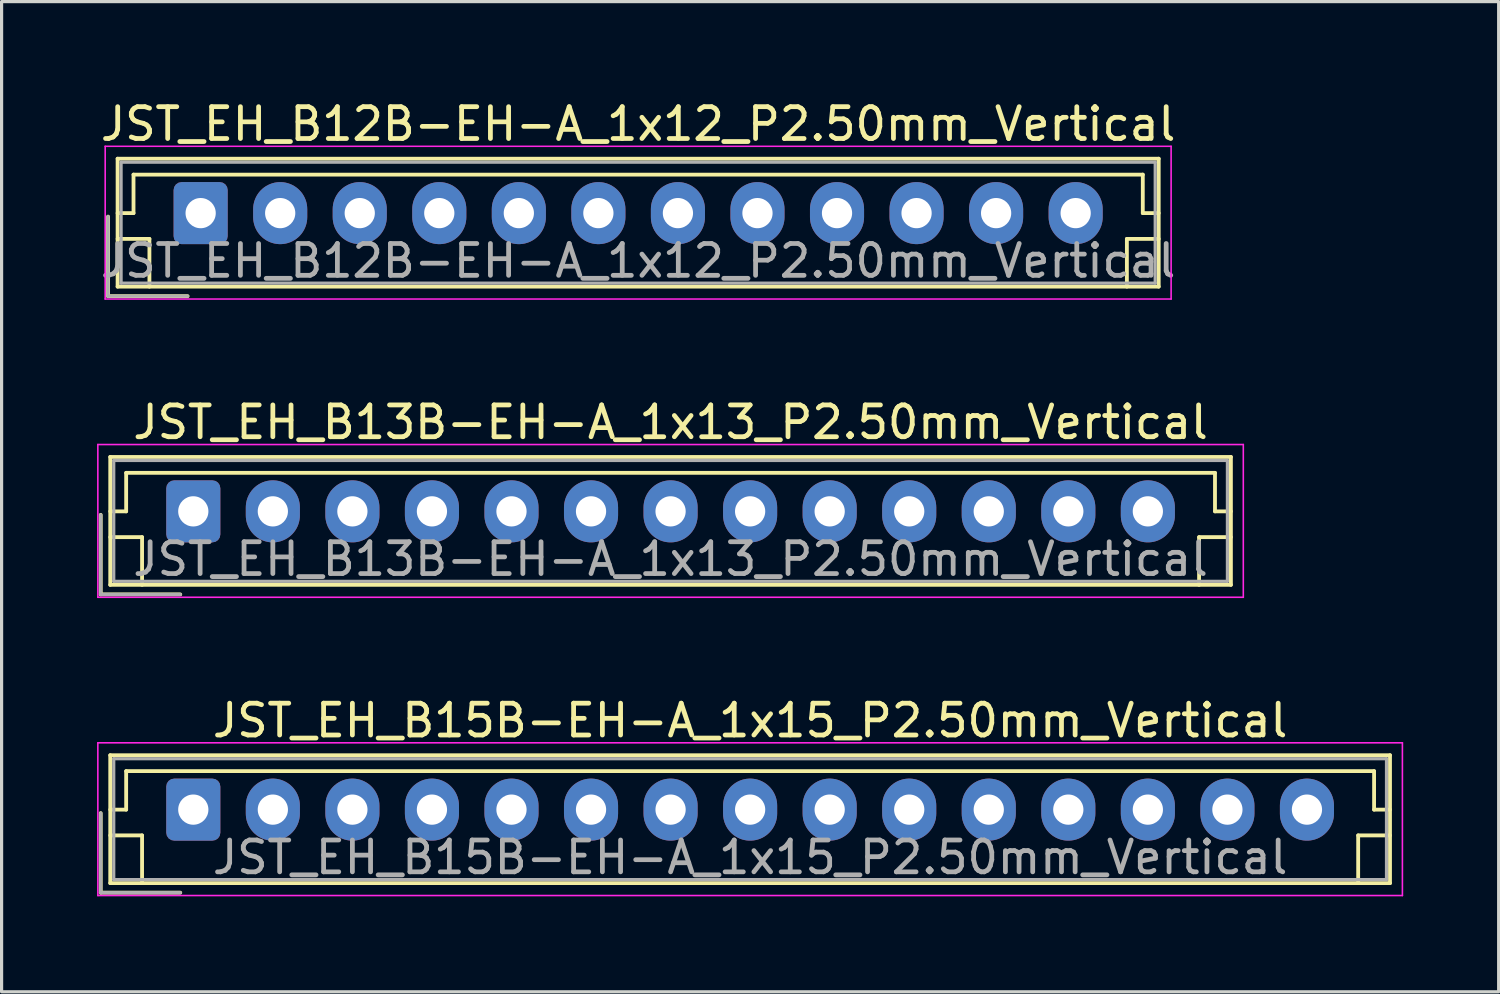
<source format=kicad_pcb>
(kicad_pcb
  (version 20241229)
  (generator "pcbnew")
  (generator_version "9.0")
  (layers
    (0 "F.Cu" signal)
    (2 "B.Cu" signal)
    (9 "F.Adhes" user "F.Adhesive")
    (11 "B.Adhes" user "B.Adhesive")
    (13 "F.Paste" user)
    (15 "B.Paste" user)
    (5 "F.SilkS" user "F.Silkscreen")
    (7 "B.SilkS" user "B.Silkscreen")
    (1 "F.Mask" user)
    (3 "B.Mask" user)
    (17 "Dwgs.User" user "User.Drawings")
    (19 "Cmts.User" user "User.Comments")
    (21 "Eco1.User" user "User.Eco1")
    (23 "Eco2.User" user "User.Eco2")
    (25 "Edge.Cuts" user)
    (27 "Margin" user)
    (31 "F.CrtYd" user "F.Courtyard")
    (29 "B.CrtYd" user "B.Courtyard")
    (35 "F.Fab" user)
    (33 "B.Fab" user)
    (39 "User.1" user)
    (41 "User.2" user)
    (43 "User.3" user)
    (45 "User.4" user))
  (footprint "JST_EH_B15B-EH-A_1x15_P2.50mm_Vertical"
    (layer "F.Cu")
    (at 3.025 22.395)
    (property "Reference" "JST_EH_B15B-EH-A_1x15_P2.50mm_Vertical" (at 17.5 -2.8 0) (layer "F.SilkS") (effects (font (size 1 1) (thickness 0.15))))
    (attr through_hole)
    (fp_line (start -2.91 0.11) (end -2.91 2.61) (stroke (width 0.12) (type solid)) (layer "F.SilkS"))
    (fp_line (start -2.91 2.61) (end -0.41 2.61) (stroke (width 0.12) (type solid)) (layer "F.SilkS"))
    (fp_line (start -2.61 -1.71) (end -2.61 2.31) (stroke (width 0.12) (type solid)) (layer "F.SilkS"))
    (fp_line (start -2.61 0) (end -2.11 0) (stroke (width 0.12) (type solid)) (layer "F.SilkS"))
    (fp_line (start -2.61 0.81) (end -1.61 0.81) (stroke (width 0.12) (type solid)) (layer "F.SilkS"))
    (fp_line (start -2.61 2.31) (end 37.61 2.31) (stroke (width 0.12) (type solid)) (layer "F.SilkS"))
    (fp_line (start -2.11 -1.21) (end 37.11 -1.21) (stroke (width 0.12) (type solid)) (layer "F.SilkS"))
    (fp_line (start -2.11 0) (end -2.11 -1.21) (stroke (width 0.12) (type solid)) (layer "F.SilkS"))
    (fp_line (start -1.61 0.81) (end -1.61 2.31) (stroke (width 0.12) (type solid)) (layer "F.SilkS"))
    (fp_line (start 36.61 0.81) (end 36.61 2.31) (stroke (width 0.12) (type solid)) (layer "F.SilkS"))
    (fp_line (start 37.11 -1.21) (end 37.11 0) (stroke (width 0.12) (type solid)) (layer "F.SilkS"))
    (fp_line (start 37.11 0) (end 37.61 0) (stroke (width 0.12) (type solid)) (layer "F.SilkS"))
    (fp_line (start 37.61 -1.71) (end -2.61 -1.71) (stroke (width 0.12) (type solid)) (layer "F.SilkS"))
    (fp_line (start 37.61 0.81) (end 36.61 0.81) (stroke (width 0.12) (type solid)) (layer "F.SilkS"))
    (fp_line (start 37.61 2.31) (end 37.61 -1.71) (stroke (width 0.12) (type solid)) (layer "F.SilkS"))
    (fp_line (start -3 -2.1) (end -3 2.7) (stroke (width 0.05) (type solid)) (layer "F.CrtYd"))
    (fp_line (start -3 2.7) (end 38 2.7) (stroke (width 0.05) (type solid)) (layer "F.CrtYd"))
    (fp_line (start 38 -2.1) (end -3 -2.1) (stroke (width 0.05) (type solid)) (layer "F.CrtYd"))
    (fp_line (start 38 2.7) (end 38 -2.1) (stroke (width 0.05) (type solid)) (layer "F.CrtYd"))
    (fp_line (start -2.91 0.11) (end -2.91 2.61) (stroke (width 0.1) (type solid)) (layer "F.Fab"))
    (fp_line (start -2.91 2.61) (end -0.41 2.61) (stroke (width 0.1) (type solid)) (layer "F.Fab"))
    (fp_line (start -2.5 -1.6) (end -2.5 2.2) (stroke (width 0.1) (type solid)) (layer "F.Fab"))
    (fp_line (start -2.5 2.2) (end 37.5 2.2) (stroke (width 0.1) (type solid)) (layer "F.Fab"))
    (fp_line (start 37.5 -1.6) (end -2.5 -1.6) (stroke (width 0.1) (type solid)) (layer "F.Fab"))
    (fp_line (start 37.5 2.2) (end 37.5 -1.6) (stroke (width 0.1) (type solid)) (layer "F.Fab"))
    (fp_text user "${REFERENCE}" (at 17.5 1.5 0) (layer "F.Fab") (effects (font (size 1 1) (thickness 0.15))))
    (pad "1" thru_hole roundrect (at 0 0) (size 1.7 1.95) (drill 0.95) (layers "*.Cu" "*.Mask") (roundrect_rratio 0.147))
    (pad "2" thru_hole oval (at 2.5 0) (size 1.7 1.95) (drill 0.95) (layers "*.Cu" "*.Mask"))
    (pad "3" thru_hole oval (at 5 0) (size 1.7 1.95) (drill 0.95) (layers "*.Cu" "*.Mask"))
    (pad "4" thru_hole oval (at 7.5 0) (size 1.7 1.95) (drill 0.95) (layers "*.Cu" "*.Mask"))
    (pad "5" thru_hole oval (at 10 0) (size 1.7 1.95) (drill 0.95) (layers "*.Cu" "*.Mask"))
    (pad "6" thru_hole oval (at 12.5 0) (size 1.7 1.95) (drill 0.95) (layers "*.Cu" "*.Mask"))
    (pad "7" thru_hole oval (at 15 0) (size 1.7 1.95) (drill 0.95) (layers "*.Cu" "*.Mask"))
    (pad "8" thru_hole oval (at 17.5 0) (size 1.7 1.95) (drill 0.95) (layers "*.Cu" "*.Mask"))
    (pad "9" thru_hole oval (at 20 0) (size 1.7 1.95) (drill 0.95) (layers "*.Cu" "*.Mask"))
    (pad "10" thru_hole oval (at 22.5 0) (size 1.7 1.95) (drill 0.95) (layers "*.Cu" "*.Mask"))
    (pad "11" thru_hole oval (at 25 0) (size 1.7 1.95) (drill 0.95) (layers "*.Cu" "*.Mask"))
    (pad "12" thru_hole oval (at 27.5 0) (size 1.7 1.95) (drill 0.95) (layers "*.Cu" "*.Mask"))
    (pad "13" thru_hole oval (at 30 0) (size 1.7 1.95) (drill 0.95) (layers "*.Cu" "*.Mask"))
    (pad "14" thru_hole oval (at 32.5 0) (size 1.7 1.95) (drill 0.95) (layers "*.Cu" "*.Mask"))
    (pad "15" thru_hole oval (at 35 0) (size 1.7 1.95) (drill 0.95) (layers "*.Cu" "*.Mask")))
  (footprint "JST_EH_B12B-EH-A_1x12_P2.50mm_Vertical"
    (layer "F.Cu")
    (at 3.256 3.648)
    (property "Reference" "JST_EH_B12B-EH-A_1x12_P2.50mm_Vertical" (at 13.75 -2.8 0) (layer "F.SilkS") (effects (font (size 1 1) (thickness 0.15))))
    (attr through_hole)
    (fp_line (start -2.91 0.11) (end -2.91 2.61) (stroke (width 0.12) (type solid)) (layer "F.SilkS"))
    (fp_line (start -2.91 2.61) (end -0.41 2.61) (stroke (width 0.12) (type solid)) (layer "F.SilkS"))
    (fp_line (start -2.61 -1.71) (end -2.61 2.31) (stroke (width 0.12) (type solid)) (layer "F.SilkS"))
    (fp_line (start -2.61 0) (end -2.11 0) (stroke (width 0.12) (type solid)) (layer "F.SilkS"))
    (fp_line (start -2.61 0.81) (end -1.61 0.81) (stroke (width 0.12) (type solid)) (layer "F.SilkS"))
    (fp_line (start -2.61 2.31) (end 30.11 2.31) (stroke (width 0.12) (type solid)) (layer "F.SilkS"))
    (fp_line (start -2.11 -1.21) (end 29.61 -1.21) (stroke (width 0.12) (type solid)) (layer "F.SilkS"))
    (fp_line (start -2.11 0) (end -2.11 -1.21) (stroke (width 0.12) (type solid)) (layer "F.SilkS"))
    (fp_line (start -1.61 0.81) (end -1.61 2.31) (stroke (width 0.12) (type solid)) (layer "F.SilkS"))
    (fp_line (start 29.11 0.81) (end 29.11 2.31) (stroke (width 0.12) (type solid)) (layer "F.SilkS"))
    (fp_line (start 29.61 -1.21) (end 29.61 0) (stroke (width 0.12) (type solid)) (layer "F.SilkS"))
    (fp_line (start 29.61 0) (end 30.11 0) (stroke (width 0.12) (type solid)) (layer "F.SilkS"))
    (fp_line (start 30.11 -1.71) (end -2.61 -1.71) (stroke (width 0.12) (type solid)) (layer "F.SilkS"))
    (fp_line (start 30.11 0.81) (end 29.11 0.81) (stroke (width 0.12) (type solid)) (layer "F.SilkS"))
    (fp_line (start 30.11 2.31) (end 30.11 -1.71) (stroke (width 0.12) (type solid)) (layer "F.SilkS"))
    (fp_line (start -3 -2.1) (end -3 2.7) (stroke (width 0.05) (type solid)) (layer "F.CrtYd"))
    (fp_line (start -3 2.7) (end 30.5 2.7) (stroke (width 0.05) (type solid)) (layer "F.CrtYd"))
    (fp_line (start 30.5 -2.1) (end -3 -2.1) (stroke (width 0.05) (type solid)) (layer "F.CrtYd"))
    (fp_line (start 30.5 2.7) (end 30.5 -2.1) (stroke (width 0.05) (type solid)) (layer "F.CrtYd"))
    (fp_line (start -2.91 0.11) (end -2.91 2.61) (stroke (width 0.1) (type solid)) (layer "F.Fab"))
    (fp_line (start -2.91 2.61) (end -0.41 2.61) (stroke (width 0.1) (type solid)) (layer "F.Fab"))
    (fp_line (start -2.5 -1.6) (end -2.5 2.2) (stroke (width 0.1) (type solid)) (layer "F.Fab"))
    (fp_line (start -2.5 2.2) (end 30 2.2) (stroke (width 0.1) (type solid)) (layer "F.Fab"))
    (fp_line (start 30 -1.6) (end -2.5 -1.6) (stroke (width 0.1) (type solid)) (layer "F.Fab"))
    (fp_line (start 30 2.2) (end 30 -1.6) (stroke (width 0.1) (type solid)) (layer "F.Fab"))
    (fp_text user "${REFERENCE}" (at 13.75 1.5 0) (layer "F.Fab") (effects (font (size 1 1) (thickness 0.15))))
    (pad "1" thru_hole roundrect (at 0 0) (size 1.7 1.95) (drill 0.95) (layers "*.Cu" "*.Mask") (roundrect_rratio 0.147))
    (pad "2" thru_hole oval (at 2.5 0) (size 1.7 1.95) (drill 0.95) (layers "*.Cu" "*.Mask"))
    (pad "3" thru_hole oval (at 5 0) (size 1.7 1.95) (drill 0.95) (layers "*.Cu" "*.Mask"))
    (pad "4" thru_hole oval (at 7.5 0) (size 1.7 1.95) (drill 0.95) (layers "*.Cu" "*.Mask"))
    (pad "5" thru_hole oval (at 10 0) (size 1.7 1.95) (drill 0.95) (layers "*.Cu" "*.Mask"))
    (pad "6" thru_hole oval (at 12.5 0) (size 1.7 1.95) (drill 0.95) (layers "*.Cu" "*.Mask"))
    (pad "7" thru_hole oval (at 15 0) (size 1.7 1.95) (drill 0.95) (layers "*.Cu" "*.Mask"))
    (pad "8" thru_hole oval (at 17.5 0) (size 1.7 1.95) (drill 0.95) (layers "*.Cu" "*.Mask"))
    (pad "9" thru_hole oval (at 20 0) (size 1.7 1.95) (drill 0.95) (layers "*.Cu" "*.Mask"))
    (pad "10" thru_hole oval (at 22.5 0) (size 1.7 1.95) (drill 0.95) (layers "*.Cu" "*.Mask"))
    (pad "11" thru_hole oval (at 25 0) (size 1.7 1.95) (drill 0.95) (layers "*.Cu" "*.Mask"))
    (pad "12" thru_hole oval (at 27.5 0) (size 1.7 1.95) (drill 0.95) (layers "*.Cu" "*.Mask")))
  (footprint "JST_EH_B13B-EH-A_1x13_P2.50mm_Vertical"
    (layer "F.Cu")
    (at 3.025 13.021)
    (property "Reference" "JST_EH_B13B-EH-A_1x13_P2.50mm_Vertical" (at 15 -2.8 0) (layer "F.SilkS") (effects (font (size 1 1) (thickness 0.15))))
    (attr through_hole)
    (fp_line (start -2.91 0.11) (end -2.91 2.61) (stroke (width 0.12) (type solid)) (layer "F.SilkS"))
    (fp_line (start -2.91 2.61) (end -0.41 2.61) (stroke (width 0.12) (type solid)) (layer "F.SilkS"))
    (fp_line (start -2.61 -1.71) (end -2.61 2.31) (stroke (width 0.12) (type solid)) (layer "F.SilkS"))
    (fp_line (start -2.61 0) (end -2.11 0) (stroke (width 0.12) (type solid)) (layer "F.SilkS"))
    (fp_line (start -2.61 0.81) (end -1.61 0.81) (stroke (width 0.12) (type solid)) (layer "F.SilkS"))
    (fp_line (start -2.61 2.31) (end 32.61 2.31) (stroke (width 0.12) (type solid)) (layer "F.SilkS"))
    (fp_line (start -2.11 -1.21) (end 32.11 -1.21) (stroke (width 0.12) (type solid)) (layer "F.SilkS"))
    (fp_line (start -2.11 0) (end -2.11 -1.21) (stroke (width 0.12) (type solid)) (layer "F.SilkS"))
    (fp_line (start -1.61 0.81) (end -1.61 2.31) (stroke (width 0.12) (type solid)) (layer "F.SilkS"))
    (fp_line (start 31.61 0.81) (end 31.61 2.31) (stroke (width 0.12) (type solid)) (layer "F.SilkS"))
    (fp_line (start 32.11 -1.21) (end 32.11 0) (stroke (width 0.12) (type solid)) (layer "F.SilkS"))
    (fp_line (start 32.11 0) (end 32.61 0) (stroke (width 0.12) (type solid)) (layer "F.SilkS"))
    (fp_line (start 32.61 -1.71) (end -2.61 -1.71) (stroke (width 0.12) (type solid)) (layer "F.SilkS"))
    (fp_line (start 32.61 0.81) (end 31.61 0.81) (stroke (width 0.12) (type solid)) (layer "F.SilkS"))
    (fp_line (start 32.61 2.31) (end 32.61 -1.71) (stroke (width 0.12) (type solid)) (layer "F.SilkS"))
    (fp_line (start -3 -2.1) (end -3 2.7) (stroke (width 0.05) (type solid)) (layer "F.CrtYd"))
    (fp_line (start -3 2.7) (end 33 2.7) (stroke (width 0.05) (type solid)) (layer "F.CrtYd"))
    (fp_line (start 33 -2.1) (end -3 -2.1) (stroke (width 0.05) (type solid)) (layer "F.CrtYd"))
    (fp_line (start 33 2.7) (end 33 -2.1) (stroke (width 0.05) (type solid)) (layer "F.CrtYd"))
    (fp_line (start -2.91 0.11) (end -2.91 2.61) (stroke (width 0.1) (type solid)) (layer "F.Fab"))
    (fp_line (start -2.91 2.61) (end -0.41 2.61) (stroke (width 0.1) (type solid)) (layer "F.Fab"))
    (fp_line (start -2.5 -1.6) (end -2.5 2.2) (stroke (width 0.1) (type solid)) (layer "F.Fab"))
    (fp_line (start -2.5 2.2) (end 32.5 2.2) (stroke (width 0.1) (type solid)) (layer "F.Fab"))
    (fp_line (start 32.5 -1.6) (end -2.5 -1.6) (stroke (width 0.1) (type solid)) (layer "F.Fab"))
    (fp_line (start 32.5 2.2) (end 32.5 -1.6) (stroke (width 0.1) (type solid)) (layer "F.Fab"))
    (fp_text user "${REFERENCE}" (at 15 1.5 0) (layer "F.Fab") (effects (font (size 1 1) (thickness 0.15))))
    (pad "1" thru_hole roundrect (at 0 0) (size 1.7 1.95) (drill 0.95) (layers "*.Cu" "*.Mask") (roundrect_rratio 0.147))
    (pad "2" thru_hole oval (at 2.5 0) (size 1.7 1.95) (drill 0.95) (layers "*.Cu" "*.Mask"))
    (pad "3" thru_hole oval (at 5 0) (size 1.7 1.95) (drill 0.95) (layers "*.Cu" "*.Mask"))
    (pad "4" thru_hole oval (at 7.5 0) (size 1.7 1.95) (drill 0.95) (layers "*.Cu" "*.Mask"))
    (pad "5" thru_hole oval (at 10 0) (size 1.7 1.95) (drill 0.95) (layers "*.Cu" "*.Mask"))
    (pad "6" thru_hole oval (at 12.5 0) (size 1.7 1.95) (drill 0.95) (layers "*.Cu" "*.Mask"))
    (pad "7" thru_hole oval (at 15 0) (size 1.7 1.95) (drill 0.95) (layers "*.Cu" "*.Mask"))
    (pad "8" thru_hole oval (at 17.5 0) (size 1.7 1.95) (drill 0.95) (layers "*.Cu" "*.Mask"))
    (pad "9" thru_hole oval (at 20 0) (size 1.7 1.95) (drill 0.95) (layers "*.Cu" "*.Mask"))
    (pad "10" thru_hole oval (at 22.5 0) (size 1.7 1.95) (drill 0.95) (layers "*.Cu" "*.Mask"))
    (pad "11" thru_hole oval (at 25 0) (size 1.7 1.95) (drill 0.95) (layers "*.Cu" "*.Mask"))
    (pad "12" thru_hole oval (at 27.5 0) (size 1.7 1.95) (drill 0.95) (layers "*.Cu" "*.Mask"))
    (pad "13" thru_hole oval (at 30 0) (size 1.7 1.95) (drill 0.95) (layers "*.Cu" "*.Mask")))
  (gr_rect
    (start -3 -3)
    (end 44.05 28.12)
    (stroke (width 0.1) (type default))
    (fill no)
    (layer "Edge.Cuts")))
</source>
